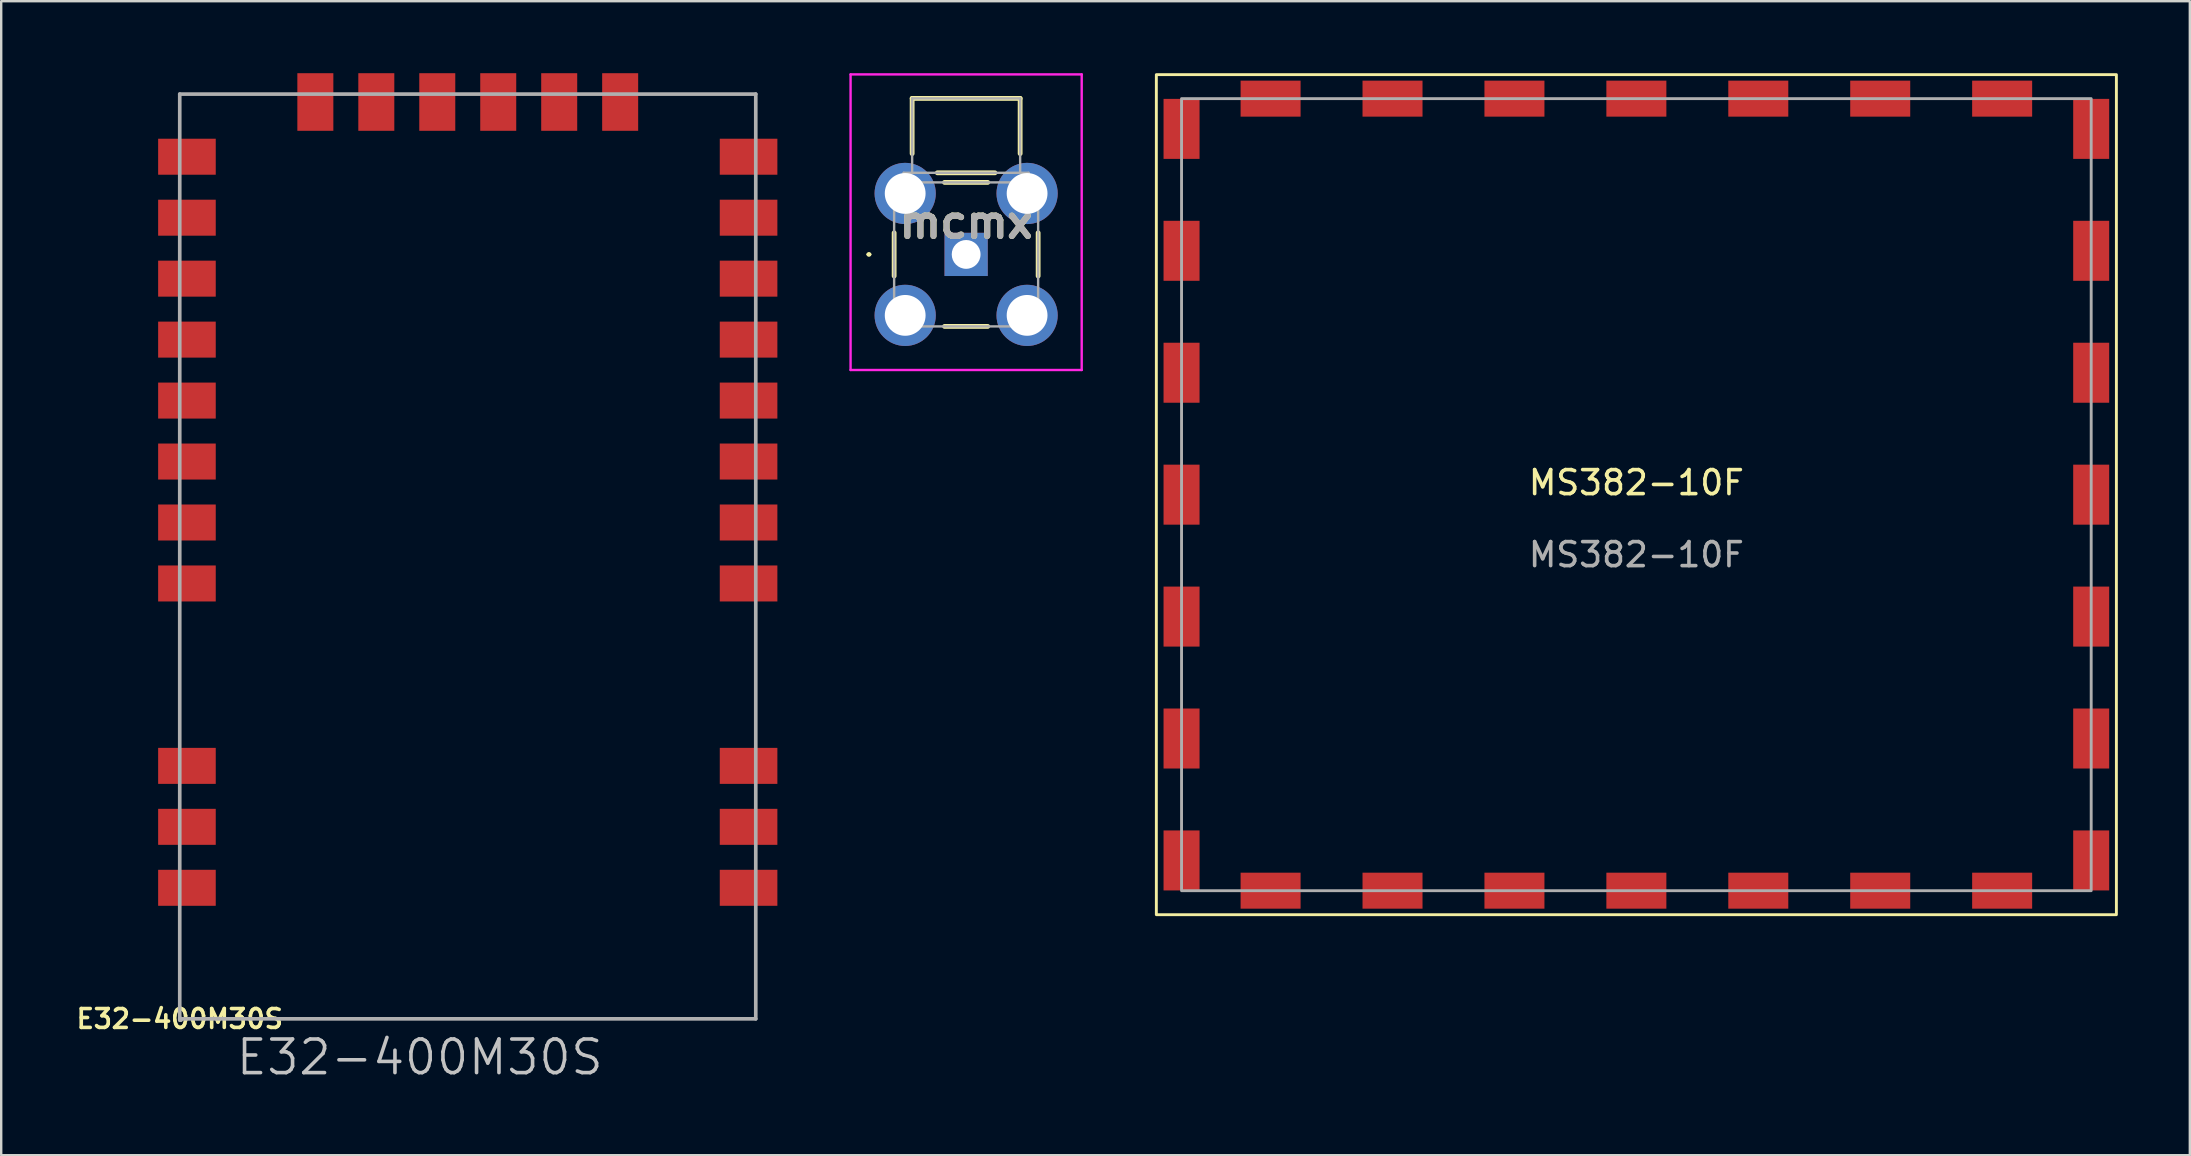
<source format=kicad_pcb>
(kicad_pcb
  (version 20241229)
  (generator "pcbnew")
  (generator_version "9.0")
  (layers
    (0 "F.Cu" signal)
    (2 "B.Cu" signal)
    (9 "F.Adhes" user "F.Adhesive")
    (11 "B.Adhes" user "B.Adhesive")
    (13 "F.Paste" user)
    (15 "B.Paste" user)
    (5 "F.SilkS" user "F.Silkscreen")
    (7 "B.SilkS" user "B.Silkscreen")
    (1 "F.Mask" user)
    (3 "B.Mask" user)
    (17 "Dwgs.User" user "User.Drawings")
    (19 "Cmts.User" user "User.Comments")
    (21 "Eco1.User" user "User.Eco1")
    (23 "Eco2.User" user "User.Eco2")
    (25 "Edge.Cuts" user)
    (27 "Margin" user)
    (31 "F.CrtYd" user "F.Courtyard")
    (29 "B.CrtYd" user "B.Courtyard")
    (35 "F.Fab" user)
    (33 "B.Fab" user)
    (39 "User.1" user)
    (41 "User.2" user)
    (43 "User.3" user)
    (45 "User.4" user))
  (footprint "MS382-10F"
    (layer "F.Cu")
    (at 65.129 17.56)
    (property "Reference" "MS382-10F" (at 0 -0.5 0) (unlocked yes) (layer "F.SilkS") (effects (font (size 1 1) (thickness 0.15))))
    (attr through_hole)
    (fp_rect (start -20 -17.5) (end 20 17.5) (stroke (width 0.12) (type solid)) (fill no) (layer "F.SilkS"))
    (fp_rect (start -18.95 -16.5) (end 18.95 16.5) (stroke (width 0.12) (type solid)) (fill no) (layer "F.Fab"))
    (fp_text user "${REFERENCE}" (at 0 2.5 0) (unlocked yes) (layer "F.Fab") (effects (font (size 1 1) (thickness 0.15))))
    (pad "1" smd rect (at -18.95 -15.24) (size 1.5 2.5) (layers "F.Cu" "F.Mask" "F.Paste"))
    (pad "1" smd rect (at -18.95 -10.16) (size 1.5 2.5) (layers "F.Cu" "F.Mask" "F.Paste"))
    (pad "1" smd rect (at -18.95 -5.08) (size 1.5 2.5) (layers "F.Cu" "F.Mask" "F.Paste"))
    (pad "1" smd rect (at -18.95 0) (size 1.5 2.5) (layers "F.Cu" "F.Mask" "F.Paste"))
    (pad "1" smd rect (at -18.95 5.08) (size 1.5 2.5) (layers "F.Cu" "F.Mask" "F.Paste"))
    (pad "1" smd rect (at -18.95 10.16) (size 1.5 2.5) (layers "F.Cu" "F.Mask" "F.Paste"))
    (pad "1" smd rect (at -18.95 15.24) (size 1.5 2.5) (layers "F.Cu" "F.Mask" "F.Paste"))
    (pad "1" smd rect (at -15.24 -16.5 270) (size 1.5 2.5) (layers "F.Cu" "F.Mask" "F.Paste"))
    (pad "1" smd rect (at -15.24 16.5 90) (size 1.5 2.5) (layers "F.Cu" "F.Mask" "F.Paste"))
    (pad "1" smd rect (at -10.16 -16.5 270) (size 1.5 2.5) (layers "F.Cu" "F.Mask" "F.Paste"))
    (pad "1" smd rect (at -10.16 16.5 90) (size 1.5 2.5) (layers "F.Cu" "F.Mask" "F.Paste"))
    (pad "1" smd rect (at -5.08 -16.5 270) (size 1.5 2.5) (layers "F.Cu" "F.Mask" "F.Paste"))
    (pad "1" smd rect (at -5.08 16.5 90) (size 1.5 2.5) (layers "F.Cu" "F.Mask" "F.Paste"))
    (pad "1" smd rect (at 0 -16.5 270) (size 1.5 2.5) (layers "F.Cu" "F.Mask" "F.Paste"))
    (pad "1" smd rect (at 0 16.5 90) (size 1.5 2.5) (layers "F.Cu" "F.Mask" "F.Paste"))
    (pad "1" smd rect (at 5.08 -16.5 270) (size 1.5 2.5) (layers "F.Cu" "F.Mask" "F.Paste"))
    (pad "1" smd rect (at 5.08 16.5 90) (size 1.5 2.5) (layers "F.Cu" "F.Mask" "F.Paste"))
    (pad "1" smd rect (at 10.16 -16.5 270) (size 1.5 2.5) (layers "F.Cu" "F.Mask" "F.Paste"))
    (pad "1" smd rect (at 10.16 16.5 90) (size 1.5 2.5) (layers "F.Cu" "F.Mask" "F.Paste"))
    (pad "1" smd rect (at 15.24 -16.5 270) (size 1.5 2.5) (layers "F.Cu" "F.Mask" "F.Paste"))
    (pad "1" smd rect (at 15.24 16.5 90) (size 1.5 2.5) (layers "F.Cu" "F.Mask" "F.Paste"))
    (pad "1" smd rect (at 18.95 -15.24) (size 1.5 2.5) (layers "F.Cu" "F.Mask" "F.Paste"))
    (pad "1" smd rect (at 18.95 -10.16) (size 1.5 2.5) (layers "F.Cu" "F.Mask" "F.Paste"))
    (pad "1" smd rect (at 18.95 -5.08) (size 1.5 2.5) (layers "F.Cu" "F.Mask" "F.Paste"))
    (pad "1" smd rect (at 18.95 0) (size 1.5 2.5) (layers "F.Cu" "F.Mask" "F.Paste"))
    (pad "1" smd rect (at 18.95 5.08) (size 1.5 2.5) (layers "F.Cu" "F.Mask" "F.Paste"))
    (pad "1" smd rect (at 18.95 10.16) (size 1.5 2.5) (layers "F.Cu" "F.Mask" "F.Paste"))
    (pad "1" smd rect (at 18.95 15.24) (size 1.5 2.5) (layers "F.Cu" "F.Mask" "F.Paste")))
  (footprint "mcmx"
    (layer "F.Cu")
    (at 37.204 7.55)
    (property "Reference" "mcmx" (at 0 -1.342 0) (layer "F.SilkS") (effects (font (size 1.27 1.27) (thickness 0.254))))
    (attr through_hole)
    (fp_line (start -4.1 0) (end -4.1 0) (stroke (width 0.1) (type solid)) (layer "F.SilkS"))
    (fp_line (start -4 0) (end -4 0) (stroke (width 0.1) (type solid)) (layer "F.SilkS"))
    (fp_line (start -3 -0.9) (end -3 0.9) (stroke (width 0.2) (type solid)) (layer "F.SilkS"))
    (fp_line (start -2.25 -6.5) (end 2.25 -6.5) (stroke (width 0.2) (type solid)) (layer "F.SilkS"))
    (fp_line (start -2.25 -4.2) (end -2.25 -6.5) (stroke (width 0.2) (type solid)) (layer "F.SilkS"))
    (fp_line (start -1.2 -3.4) (end 1.2 -3.4) (stroke (width 0.2) (type solid)) (layer "F.SilkS"))
    (fp_line (start -0.9 -3) (end 0.9 -3) (stroke (width 0.2) (type solid)) (layer "F.SilkS"))
    (fp_line (start -0.9 3) (end 0.9 3) (stroke (width 0.2) (type solid)) (layer "F.SilkS"))
    (fp_line (start 2.25 -6.5) (end 2.25 -4.2) (stroke (width 0.2) (type solid)) (layer "F.SilkS"))
    (fp_line (start 3 -0.9) (end 3 0.9) (stroke (width 0.2) (type solid)) (layer "F.SilkS"))
    (fp_arc (start -4.1 0) (mid -4.05 -0.05) (end -4 0) (stroke (width 0.1) (type solid)) (layer "F.SilkS"))
    (fp_arc (start -4 0) (mid -4.05 0.05) (end -4.1 0) (stroke (width 0.1) (type solid)) (layer "F.SilkS"))
    (fp_line (start -4.815 -7.5) (end 4.815 -7.5) (stroke (width 0.1) (type solid)) (layer "F.CrtYd"))
    (fp_line (start -4.815 4.815) (end -4.815 -7.5) (stroke (width 0.1) (type solid)) (layer "F.CrtYd"))
    (fp_line (start 4.815 -7.5) (end 4.815 4.815) (stroke (width 0.1) (type solid)) (layer "F.CrtYd"))
    (fp_line (start 4.815 4.815) (end -4.815 4.815) (stroke (width 0.1) (type solid)) (layer "F.CrtYd"))
    (fp_line (start -3 -3) (end 3 -3) (stroke (width 0.1) (type solid)) (layer "F.Fab"))
    (fp_line (start -3 3) (end -3 -3) (stroke (width 0.1) (type solid)) (layer "F.Fab"))
    (fp_line (start -2.6 -3.4) (end 2.6 -3.4) (stroke (width 0.1) (type solid)) (layer "F.Fab"))
    (fp_line (start -2.6 -3) (end -2.6 -3.4) (stroke (width 0.1) (type solid)) (layer "F.Fab"))
    (fp_line (start -2.25 -6.5) (end 2.25 -6.5) (stroke (width 0.1) (type solid)) (layer "F.Fab"))
    (fp_line (start -2.25 -3.4) (end -2.25 -6.5) (stroke (width 0.1) (type solid)) (layer "F.Fab"))
    (fp_line (start 2.25 -6.5) (end 2.25 -3.4) (stroke (width 0.1) (type solid)) (layer "F.Fab"))
    (fp_line (start 2.6 -3.4) (end 2.6 -3) (stroke (width 0.1) (type solid)) (layer "F.Fab"))
    (fp_line (start 3 -3) (end 3 3) (stroke (width 0.1) (type solid)) (layer "F.Fab"))
    (fp_line (start 3 3) (end -3 3) (stroke (width 0.1) (type solid)) (layer "F.Fab"))
    (fp_text user "${REFERENCE}" (at 0 -1.342 0) (layer "F.Fab") (effects (font (size 1.27 1.27) (thickness 0.254))))
    (pad "1" thru_hole rect (at 0 0) (size 1.8 1.8) (drill 1.2) (layers "*.Cu" "*.Mask"))
    (pad "2" thru_hole circle (at -2.54 2.54) (size 2.55 2.55) (drill 1.7) (layers "*.Cu" "*.Mask"))
    (pad "3" thru_hole circle (at 2.54 2.54) (size 2.55 2.55) (drill 1.7) (layers "*.Cu" "*.Mask"))
    (pad "4" thru_hole circle (at 2.54 -2.54) (size 2.55 2.55) (drill 1.7) (layers "*.Cu" "*.Mask"))
    (pad "5" thru_hole circle (at -2.54 -2.54) (size 2.55 2.55) (drill 1.7) (layers "*.Cu" "*.Mask")))
  (footprint "E32-400M30S"
    (layer "F.Cu")
    (at 4.439 39.4)
    (property "Reference" "E32-400M30S" (at 0 0 0) (layer "F.SilkS") (effects (font (size 0.787 0.787) (thickness 0.15))))
    (attr smd)
    (fp_line (start 0 -38.53) (end 0 0) (stroke (width 0.152) (type solid)) (layer "F.Fab"))
    (fp_line (start 0 0) (end 0 0.05) (stroke (width 0.152) (type solid)) (layer "F.Fab"))
    (fp_line (start 0 0) (end 24 0) (stroke (width 0.152) (type solid)) (layer "F.Fab"))
    (fp_line (start 0 0.05) (end 0.05 0.05) (stroke (width 0.152) (type solid)) (layer "F.Fab"))
    (fp_line (start 0.05 -0.01) (end 0.03 -0.01) (stroke (width 0.152) (type solid)) (layer "F.Fab"))
    (fp_line (start 0.05 0.05) (end 0.05 -0.01) (stroke (width 0.152) (type solid)) (layer "F.Fab"))
    (fp_line (start 24 -38.53) (end 0 -38.53) (stroke (width 0.152) (type solid)) (layer "F.Fab"))
    (fp_line (start 24 0) (end 24 -38.53) (stroke (width 0.152) (type solid)) (layer "F.Fab"))
    (fp_text user "E32-400M30S" (at 10 1.6 0) (layer "Dwgs.User") (effects (font (size 1.4 1.4) (thickness 0.15))))
    (pad "1-GND" smd rect (at 23.7 -5.46) (size 2.4 1.5) (layers "F.Cu" "F.Mask" "F.Paste"))
    (pad "2-GND" smd rect (at 23.7 -8) (size 2.4 1.5) (layers "F.Cu" "F.Mask" "F.Paste"))
    (pad "3-GND" smd rect (at 23.7 -10.54) (size 2.4 1.5) (layers "F.Cu" "F.Mask" "F.Paste"))
    (pad "4-GND" smd rect (at 23.7 -18.14) (size 2.4 1.5) (layers "F.Cu" "F.Mask" "F.Paste"))
    (pad "5-GND" smd rect (at 23.7 -20.68) (size 2.4 1.5) (layers "F.Cu" "F.Mask" "F.Paste"))
    (pad "6-RXEN" smd rect (at 23.7 -23.22) (size 2.4 1.5) (layers "F.Cu" "F.Mask" "F.Paste"))
    (pad "7-TXEN" smd rect (at 23.7 -25.76) (size 2.4 1.5) (layers "F.Cu" "F.Mask" "F.Paste"))
    (pad "8-DIO2" smd rect (at 23.7 -28.3) (size 2.4 1.5) (layers "F.Cu" "F.Mask" "F.Paste"))
    (pad "9-VCC" smd rect (at 23.7 -30.84) (size 2.4 1.5) (layers "F.Cu" "F.Mask" "F.Paste"))
    (pad "10-VCC" smd rect (at 23.7 -33.38) (size 2.4 1.5) (layers "F.Cu" "F.Mask" "F.Paste"))
    (pad "11-GND" smd rect (at 23.7 -35.92) (size 2.4 1.5) (layers "F.Cu" "F.Mask" "F.Paste"))
    (pad "12-GND" smd rect (at 18.35 -38.2 90) (size 2.4 1.5) (layers "F.Cu" "F.Mask" "F.Paste"))
    (pad "13-NC" smd rect (at 15.81 -38.2 90) (size 2.4 1.5) (layers "F.Cu" "F.Mask" "F.Paste"))
    (pad "14-DIO3" smd rect (at 13.27 -38.2 90) (size 2.4 1.5) (layers "F.Cu" "F.Mask" "F.Paste"))
    (pad "15-DIO4" smd rect (at 10.73 -38.2 90) (size 2.4 1.5) (layers "F.Cu" "F.Mask" "F.Paste"))
    (pad "16-DIO5" smd rect (at 8.19 -38.2 90) (size 2.4 1.5) (layers "F.Cu" "F.Mask" "F.Paste"))
    (pad "17-GND" smd rect (at 5.65 -38.2 90) (size 2.4 1.5) (layers "F.Cu" "F.Mask" "F.Paste"))
    (pad "18-GND" smd rect (at 0.3 -35.92) (size 2.4 1.5) (layers "F.Cu" "F.Mask" "F.Paste"))
    (pad "19-DIO1" smd rect (at 0.3 -33.38) (size 2.4 1.5) (layers "F.Cu" "F.Mask" "F.Paste"))
    (pad "20-DIO0" smd rect (at 0.3 -30.84) (size 2.4 1.5) (layers "F.Cu" "F.Mask" "F.Paste"))
    (pad "21-NRESET" smd rect (at 0.3 -28.3) (size 2.4 1.5) (layers "F.Cu" "F.Mask" "F.Paste"))
    (pad "22-MISO" smd rect (at 0.3 -25.76) (size 2.4 1.5) (layers "F.Cu" "F.Mask" "F.Paste"))
    (pad "23-MOSI" smd rect (at 0.3 -23.22) (size 2.4 1.5) (layers "F.Cu" "F.Mask" "F.Paste"))
    (pad "24-SCLK" smd rect (at 0.3 -20.68) (size 2.4 1.5) (layers "F.Cu" "F.Mask" "F.Paste"))
    (pad "25-NSS" smd rect (at 0.3 -18.14) (size 2.4 1.5) (layers "F.Cu" "F.Mask" "F.Paste"))
    (pad "26-GND" smd rect (at 0.3 -10.54) (size 2.4 1.5) (layers "F.Cu" "F.Mask" "F.Paste"))
    (pad "27-ANT" smd rect (at 0.3 -8) (size 2.4 1.5) (layers "F.Cu" "F.Mask" "F.Paste"))
    (pad "28-GND" smd rect (at 0.3 -5.46) (size 2.4 1.5) (layers "F.Cu" "F.Mask" "F.Paste")))
  (gr_rect
    (start -3 -3)
    (end 88.189 45.082)
    (stroke (width 0.1) (type default))
    (fill no)
    (layer "Edge.Cuts")))
</source>
